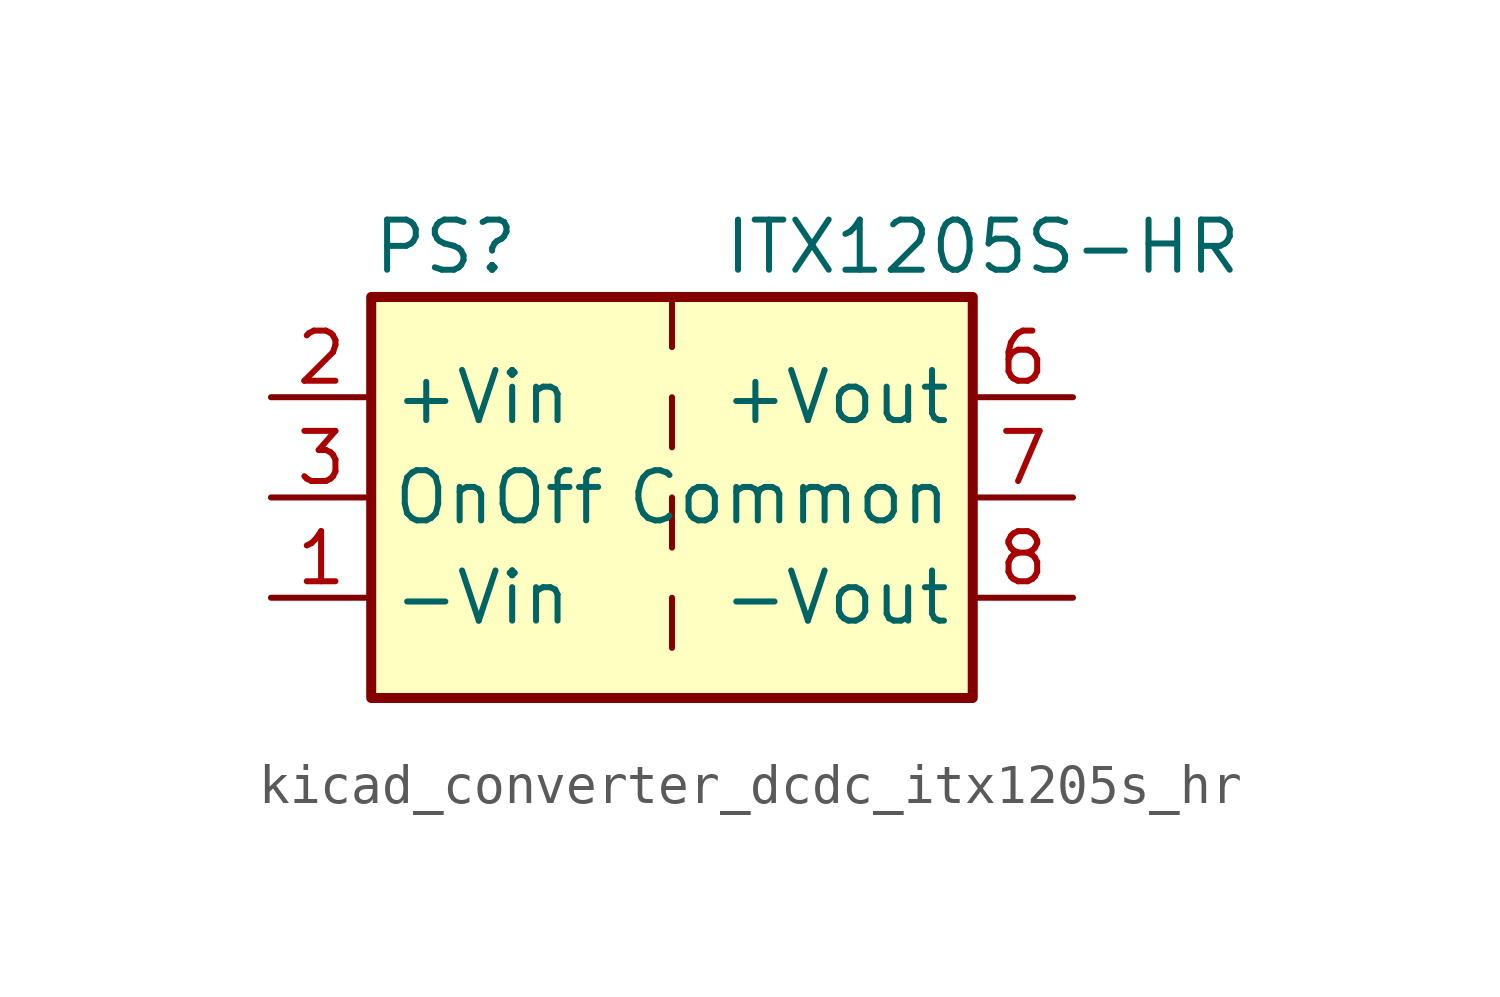
<source format=kicad_sym>
(kicad_symbol_lib
  (version 20220914)
  (generator kicad_symbol_editor)
  (symbol "kicad_converter_dcdc_itx1205s_hr"
    (property "Reference" "PS"
      (at -7.62 6.35 0)
      (effects (font (size 1.27 1.27)) (justify left)))
    (property "Value" "ITX1205S-HR"
      (at 1.27 6.35 0)
      (effects (font (size 1.27 1.27)) (justify left)))
    (symbol "kicad_converter_dcdc_itx1205s_hr_0_0"
      (pin power_in line (at -10.16 -2.54 0) (length 2.54) (name "-Vin" (effects (font (size 1.27 1.27)))) (number "1" (effects (font (size 1.27 1.27)))))
      (pin power_in line (at -10.16 2.54 0) (length 2.54) (name "+Vin" (effects (font (size 1.27 1.27)))) (number "2" (effects (font (size 1.27 1.27)))))
      (pin input line (at -10.16 0 0) (length 2.54) (name "OnOff" (effects (font (size 1.27 1.27)))) (number "3" (effects (font (size 1.27 1.27)))))
      (pin no_connect line (at 0 5.08 270) (length 2.54) hide (name "NC" (effects (font (size 1.27 1.27)))) (number "5" (effects (font (size 1.27 1.27)))))
      (pin power_out line (at 10.16 2.54 180) (length 2.54) (name "+Vout" (effects (font (size 1.27 1.27)))) (number "6" (effects (font (size 1.27 1.27)))))
      (pin power_out line (at 10.16 0 180) (length 2.54) (name "Common" (effects (font (size 1.27 1.27)))) (number "7" (effects (font (size 1.27 1.27)))))
      (pin power_out line (at 10.16 -2.54 180) (length 2.54) (name "-Vout" (effects (font (size 1.27 1.27)))) (number "8" (effects (font (size 1.27 1.27))))))
    (symbol "kicad_converter_dcdc_itx1205s_hr_0_1"
      (rectangle (start -7.62 5.08) (end 7.62 -5.08) (stroke (width 0.254) (type default)) (fill (type background)))
      (polyline (pts (xy 0 -2.54) (xy 0 -3.81)) (stroke (width 0) (type default)) (fill (type none)))
      (polyline (pts (xy 0 0) (xy 0 -1.27)) (stroke (width 0) (type default)) (fill (type none)))
      (polyline (pts (xy 0 2.54) (xy 0 1.27)) (stroke (width 0) (type default)) (fill (type none)))
      (polyline (pts (xy 0 5.08) (xy 0 3.81)) (stroke (width 0) (type default)) (fill (type none))))))
</source>
